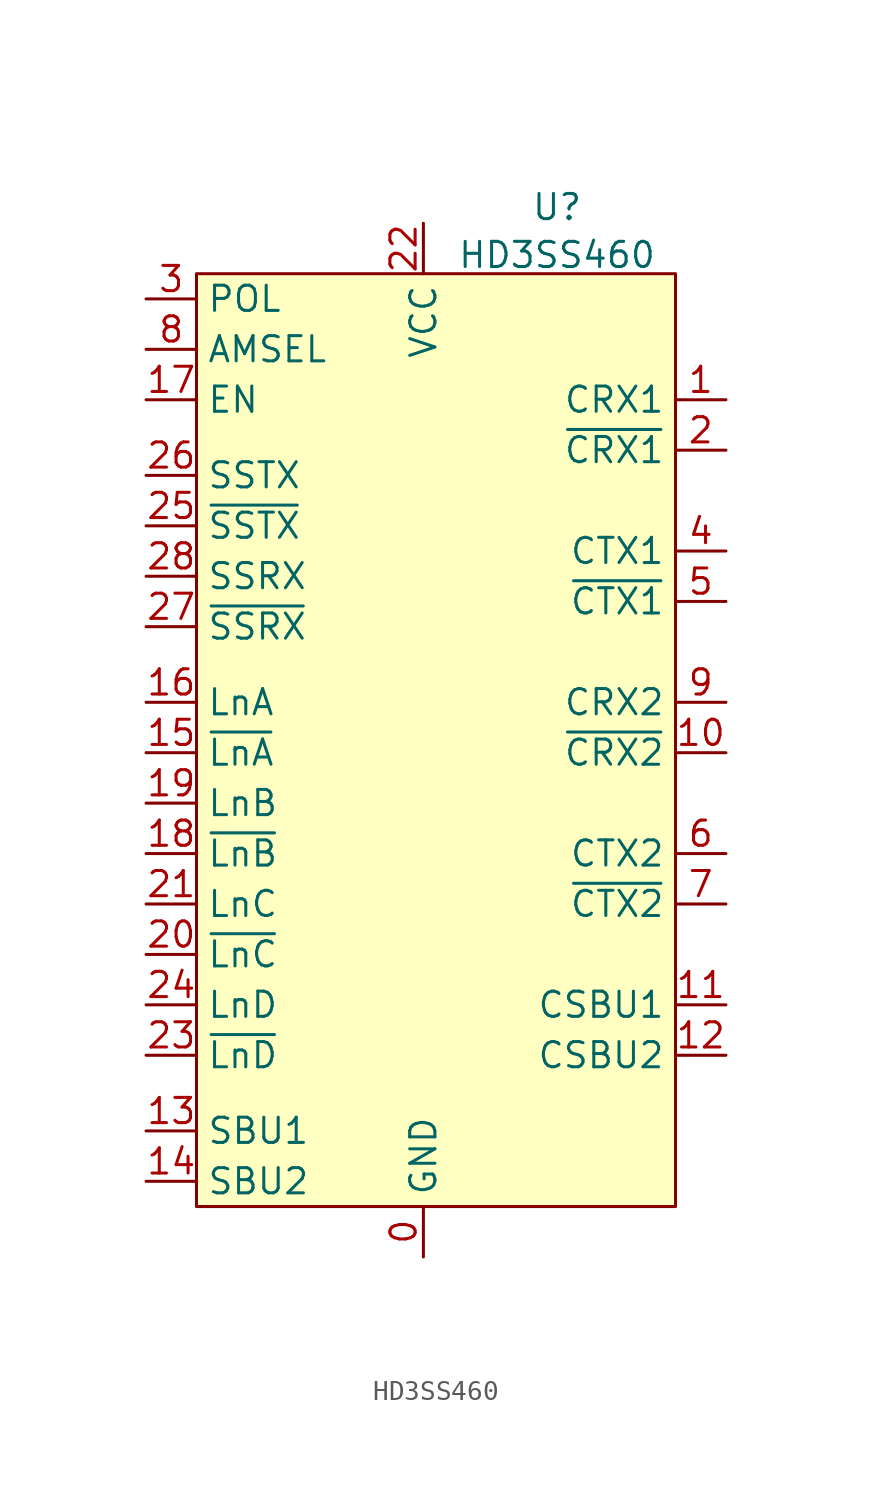
<source format=kicad_sym>
(kicad_symbol_lib
  (version 20211014)
  (generator kicad_symbol_editor)
  (symbol "HD3SS460"
    (property "Reference" "U"
      (at 6.731 27.483 0)
      (effects (font (size 1.27 1.27))))
    (property "Value" "HD3SS460"
      (at 6.731 25.07 0)
      (effects (font (size 1.27 1.27))))
    (symbol "HD3SS460_0_1"
      (rectangle (start -11.43 24.13) (end 12.7 -22.86) (stroke (width 0.152) (type default) (color 0 0 0 0)) (fill (type background))))
    (symbol "HD3SS460_1_1"
      (pin bidirectional line (at 0 -25.4 90) (length 2.54) (name "GND" (effects (font (size 1.27 1.27)))) (number "0" (effects (font (size 1.27 1.27)))))
      (pin bidirectional line (at 15.24 17.78 180) (length 2.54) (name "CRX1" (effects (font (size 1.27 1.27)))) (number "1" (effects (font (size 1.27 1.27)))))
      (pin bidirectional line (at 15.24 0 180) (length 2.54) (name "~{CRX2}" (effects (font (size 1.27 1.27)))) (number "10" (effects (font (size 1.27 1.27)))))
      (pin bidirectional line (at 15.24 -12.7 180) (length 2.54) (name "CSBU1" (effects (font (size 1.27 1.27)))) (number "11" (effects (font (size 1.27 1.27)))))
      (pin bidirectional line (at 15.24 -15.24 180) (length 2.54) (name "CSBU2" (effects (font (size 1.27 1.27)))) (number "12" (effects (font (size 1.27 1.27)))))
      (pin bidirectional line (at -13.97 -19.05 0) (length 2.54) (name "SBU1" (effects (font (size 1.27 1.27)))) (number "13" (effects (font (size 1.27 1.27)))))
      (pin bidirectional line (at -13.97 -21.59 0) (length 2.54) (name "SBU2" (effects (font (size 1.27 1.27)))) (number "14" (effects (font (size 1.27 1.27)))))
      (pin input line (at -13.97 0 0) (length 2.54) (name "~{LnA}" (effects (font (size 1.27 1.27)))) (number "15" (effects (font (size 1.27 1.27)))))
      (pin input line (at -13.97 2.54 0) (length 2.54) (name "LnA" (effects (font (size 1.27 1.27)))) (number "16" (effects (font (size 1.27 1.27)))))
      (pin input line (at -13.97 17.78 0) (length 2.54) (name "EN" (effects (font (size 1.27 1.27)))) (number "17" (effects (font (size 1.27 1.27)))))
      (pin input line (at -13.97 -5.08 0) (length 2.54) (name "~{LnB}" (effects (font (size 1.27 1.27)))) (number "18" (effects (font (size 1.27 1.27)))))
      (pin input line (at -13.97 -2.54 0) (length 2.54) (name "LnB" (effects (font (size 1.27 1.27)))) (number "19" (effects (font (size 1.27 1.27)))))
      (pin bidirectional line (at 15.24 15.24 180) (length 2.54) (name "~{CRX1}" (effects (font (size 1.27 1.27)))) (number "2" (effects (font (size 1.27 1.27)))))
      (pin input line (at -13.97 -10.16 0) (length 2.54) (name "~{LnC}" (effects (font (size 1.27 1.27)))) (number "20" (effects (font (size 1.27 1.27)))))
      (pin input line (at -13.97 -7.62 0) (length 2.54) (name "LnC" (effects (font (size 1.27 1.27)))) (number "21" (effects (font (size 1.27 1.27)))))
      (pin bidirectional line (at 0 26.67 270) (length 2.54) (name "VCC" (effects (font (size 1.27 1.27)))) (number "22" (effects (font (size 1.27 1.27)))))
      (pin input line (at -13.97 -15.24 0) (length 2.54) (name "~{LnD}" (effects (font (size 1.27 1.27)))) (number "23" (effects (font (size 1.27 1.27)))))
      (pin input line (at -13.97 -12.7 0) (length 2.54) (name "LnD" (effects (font (size 1.27 1.27)))) (number "24" (effects (font (size 1.27 1.27)))))
      (pin bidirectional line (at -13.97 11.43 0) (length 2.54) (name "~{SSTX}" (effects (font (size 1.27 1.27)))) (number "25" (effects (font (size 1.27 1.27)))))
      (pin bidirectional line (at -13.97 13.97 0) (length 2.54) (name "SSTX" (effects (font (size 1.27 1.27)))) (number "26" (effects (font (size 1.27 1.27)))))
      (pin bidirectional line (at -13.97 6.35 0) (length 2.54) (name "~{SSRX}" (effects (font (size 1.27 1.27)))) (number "27" (effects (font (size 1.27 1.27)))))
      (pin bidirectional line (at -13.97 8.89 0) (length 2.54) (name "SSRX" (effects (font (size 1.27 1.27)))) (number "28" (effects (font (size 1.27 1.27)))))
      (pin input line (at -13.97 22.86 0) (length 2.54) (name "POL" (effects (font (size 1.27 1.27)))) (number "3" (effects (font (size 1.27 1.27)))))
      (pin bidirectional line (at 15.24 10.16 180) (length 2.54) (name "CTX1" (effects (font (size 1.27 1.27)))) (number "4" (effects (font (size 1.27 1.27)))))
      (pin bidirectional line (at 15.24 7.62 180) (length 2.54) (name "~{CTX1}" (effects (font (size 1.27 1.27)))) (number "5" (effects (font (size 1.27 1.27)))))
      (pin bidirectional line (at 15.24 -5.08 180) (length 2.54) (name "CTX2" (effects (font (size 1.27 1.27)))) (number "6" (effects (font (size 1.27 1.27)))))
      (pin bidirectional line (at 15.24 -7.62 180) (length 2.54) (name "~{CTX2}" (effects (font (size 1.27 1.27)))) (number "7" (effects (font (size 1.27 1.27)))))
      (pin input line (at -13.97 20.32 0) (length 2.54) (name "AMSEL" (effects (font (size 1.27 1.27)))) (number "8" (effects (font (size 1.27 1.27)))))
      (pin bidirectional line (at 15.24 2.54 180) (length 2.54) (name "CRX2" (effects (font (size 1.27 1.27)))) (number "9" (effects (font (size 1.27 1.27))))))))
</source>
